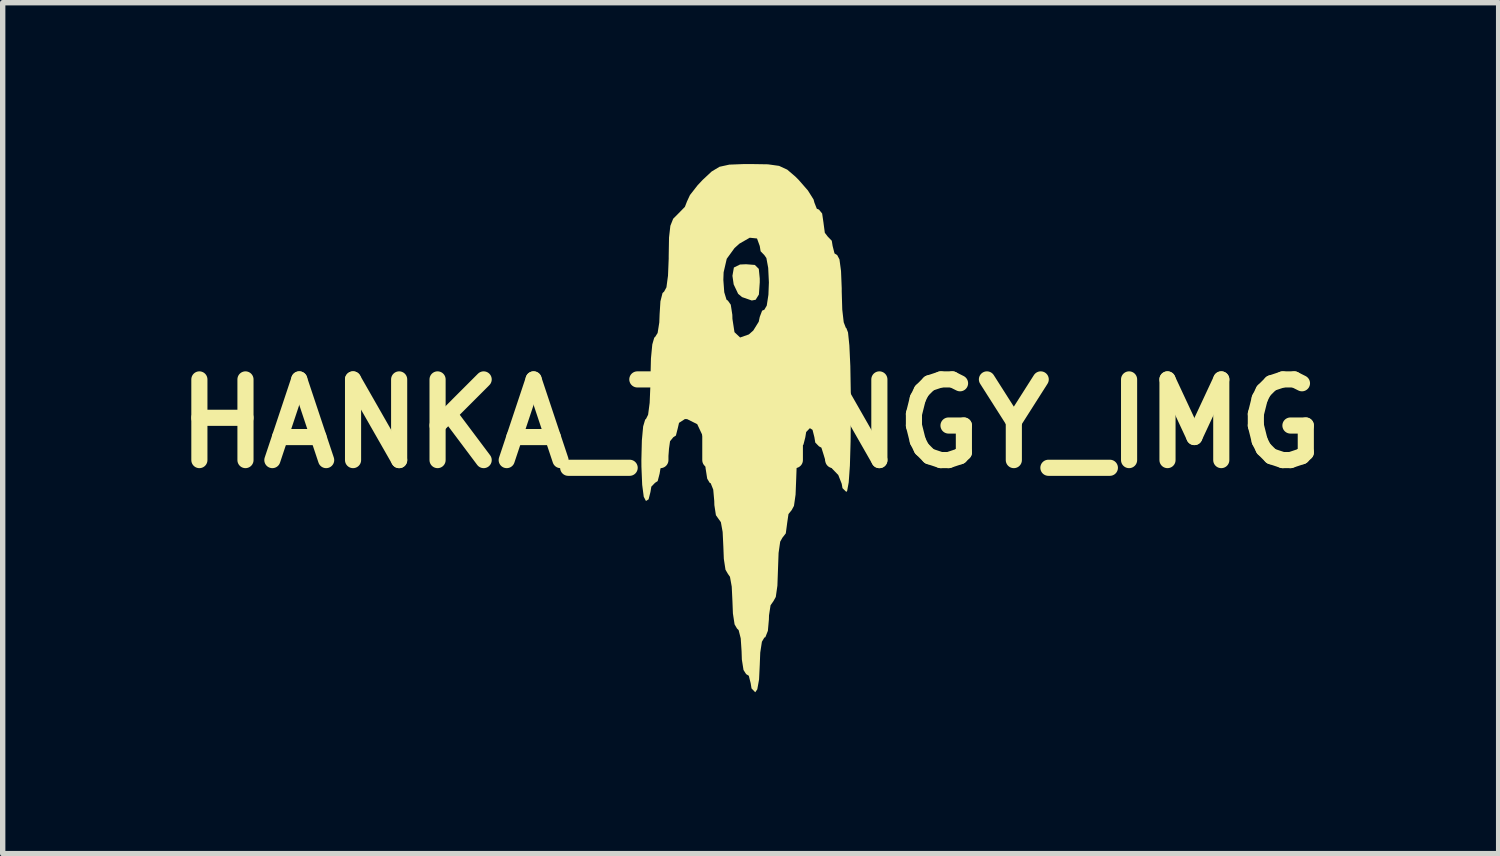
<source format=kicad_pcb>
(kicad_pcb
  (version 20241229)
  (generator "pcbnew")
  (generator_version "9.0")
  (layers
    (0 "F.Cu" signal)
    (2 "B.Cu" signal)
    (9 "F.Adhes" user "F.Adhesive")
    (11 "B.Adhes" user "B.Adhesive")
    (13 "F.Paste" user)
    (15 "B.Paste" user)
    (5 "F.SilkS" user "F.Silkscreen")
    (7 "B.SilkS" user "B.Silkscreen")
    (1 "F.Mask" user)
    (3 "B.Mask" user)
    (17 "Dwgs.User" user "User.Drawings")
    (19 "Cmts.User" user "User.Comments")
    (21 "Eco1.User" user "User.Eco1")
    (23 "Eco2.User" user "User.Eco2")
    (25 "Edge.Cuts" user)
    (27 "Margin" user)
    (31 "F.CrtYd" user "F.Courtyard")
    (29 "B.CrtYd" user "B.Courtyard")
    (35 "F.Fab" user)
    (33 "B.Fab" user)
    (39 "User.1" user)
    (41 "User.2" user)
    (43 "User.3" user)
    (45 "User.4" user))
  (footprint "HANKA_THINGY_IMG"
    (layer "F.Cu")
    (at 10.907 4.826)
    (property "Reference" "HANKA_THINGY_IMG" (at 0 0 0) (layer "F.SilkS") (effects (font (size 1.5 1.5) (thickness 0.3))))
    (attr board_only exclude_from_pos_files exclude_from_bom)
    (fp_poly (pts (xy 0.078 -2.95) (xy 0.151 -2.877) (xy 0.169 -2.697) (xy 0.169 -2.625) (xy 0.153 -2.4) (xy 0.093 -2.303) (xy 0.021 -2.289) (xy -0.16 -2.352) (xy -0.233 -2.413) (xy -0.316 -2.588) (xy -0.339 -2.748) (xy -0.312 -2.902) (xy -0.198 -2.958) (xy -0.085 -2.963)) (stroke (width 0) (type solid)) (fill yes) (layer "F.SilkS"))
    (fp_poly (pts (xy 0.32 -4.821) (xy 0.528 -4.792) (xy 0.68 -4.722) (xy 0.833 -4.591) (xy 0.892 -4.532) (xy 1.064 -4.335) (xy 1.17 -4.166) (xy 1.185 -4.109) (xy 1.23 -3.995) (xy 1.27 -3.979) (xy 1.329 -3.906) (xy 1.355 -3.728) (xy 1.355 -3.725) (xy 1.379 -3.547) (xy 1.438 -3.471) (xy 1.439 -3.471) (xy 1.508 -3.4) (xy 1.524 -3.302) (xy 1.559 -3.164) (xy 1.609 -3.133) (xy 1.651 -3.053) (xy 1.68 -2.837) (xy 1.693 -2.516) (xy 1.693 -2.455) (xy 1.703 -2.12) (xy 1.73 -1.884) (xy 1.77 -1.78) (xy 1.778 -1.778) (xy 1.81 -1.695) (xy 1.835 -1.455) (xy 1.853 -1.068) (xy 1.862 -0.545) (xy 1.863 -0.254) (xy 1.858 0.328) (xy 1.845 0.781) (xy 1.823 1.092) (xy 1.794 1.251) (xy 1.778 1.27) (xy 1.707 1.2) (xy 1.693 1.119) (xy 1.629 0.956) (xy 1.524 0.847) (xy 1.392 0.695) (xy 1.355 0.574) (xy 1.315 0.447) (xy 1.27 0.423) (xy 1.201 0.352) (xy 1.185 0.254) (xy 1.15 0.116) (xy 1.101 0.085) (xy 1.032 0.156) (xy 1.016 0.254) (xy 0.981 0.392) (xy 0.931 0.423) (xy 0.888 0.502) (xy 0.858 0.712) (xy 0.847 1.015) (xy 0.847 1.016) (xy 0.835 1.32) (xy 0.805 1.53) (xy 0.762 1.609) (xy 0.762 1.609) (xy 0.703 1.682) (xy 0.677 1.86) (xy 0.677 1.863) (xy 0.653 2.041) (xy 0.594 2.117) (xy 0.593 2.117) (xy 0.549 2.195) (xy 0.519 2.405) (xy 0.508 2.709) (xy 0.508 2.709) (xy 0.497 3.013) (xy 0.467 3.223) (xy 0.423 3.302) (xy 0.423 3.302) (xy 0.37 3.377) (xy 0.341 3.565) (xy 0.339 3.641) (xy 0.32 3.853) (xy 0.273 3.971) (xy 0.254 3.979) (xy 0.209 4.056) (xy 0.178 4.258) (xy 0.169 4.487) (xy 0.156 4.758) (xy 0.123 4.941) (xy 0.085 4.995) (xy 0.016 4.924) (xy 0 4.826) (xy -0.035 4.688) (xy -0.085 4.657) (xy -0.133 4.581) (xy -0.164 4.386) (xy -0.169 4.233) (xy -0.185 3.992) (xy -0.224 3.839) (xy -0.254 3.81) (xy -0.299 3.733) (xy -0.33 3.531) (xy -0.339 3.302) (xy -0.352 3.031) (xy -0.385 2.848) (xy -0.423 2.794) (xy -0.468 2.717) (xy -0.499 2.515) (xy -0.508 2.286) (xy -0.521 2.015) (xy -0.554 1.832) (xy -0.593 1.778) (xy -0.646 1.703) (xy -0.675 1.515) (xy -0.677 1.439) (xy -0.696 1.227) (xy -0.743 1.109) (xy -0.762 1.101) (xy -0.808 1.024) (xy -0.839 0.826) (xy -0.847 0.629) (xy -0.883 0.246) (xy -0.994 0.01) (xy -1.181 -0.083) (xy -1.222 -0.085) (xy -1.332 -0.014) (xy -1.355 0.085) (xy -1.39 0.222) (xy -1.439 0.254) (xy -1.499 0.328) (xy -1.524 0.505) (xy -1.524 0.508) (xy -1.549 0.686) (xy -1.608 0.762) (xy -1.609 0.762) (xy -1.677 0.833) (xy -1.693 0.931) (xy -1.729 1.069) (xy -1.778 1.101) (xy -1.847 1.172) (xy -1.863 1.27) (xy -1.898 1.408) (xy -1.947 1.439) (xy -1.988 1.359) (xy -2.017 1.138) (xy -2.031 0.803) (xy -2.032 0.677) (xy -2.023 0.312) (xy -1.999 0.052) (xy -1.961 -0.076) (xy -1.947 -0.085) (xy -1.907 -0.165) (xy -1.878 -0.386) (xy -1.864 -0.721) (xy -1.863 -0.847) (xy -1.854 -1.212) (xy -1.829 -1.472) (xy -1.792 -1.6) (xy -1.778 -1.609) (xy -1.73 -1.685) (xy -1.699 -1.88) (xy -1.693 -2.032) (xy -1.678 -2.273) (xy -1.639 -2.427) (xy -1.609 -2.455) (xy -1.566 -2.534) (xy -1.548 -2.671) (xy -0.508 -2.671) (xy -0.491 -2.442) (xy -0.449 -2.304) (xy -0.423 -2.286) (xy -0.37 -2.211) (xy -0.341 -2.023) (xy -0.339 -1.947) (xy -0.301 -1.7) (xy -0.196 -1.601) (xy -0.034 -1.658) (xy 0.048 -1.73) (xy 0.15 -1.894) (xy 0.169 -1.984) (xy 0.213 -2.1) (xy 0.254 -2.117) (xy 0.299 -2.194) (xy 0.33 -2.395) (xy 0.339 -2.625) (xy 0.326 -2.895) (xy 0.292 -3.079) (xy 0.254 -3.133) (xy 0.185 -3.204) (xy 0.169 -3.302) (xy 0.118 -3.442) (xy -0.017 -3.456) (xy -0.209 -3.346) (xy -0.3 -3.264) (xy -0.445 -3.064) (xy -0.503 -2.812) (xy -0.508 -2.671) (xy -1.548 -2.671) (xy -1.537 -2.749) (xy -1.524 -3.067) (xy -1.524 -3.114) (xy -1.518 -3.46) (xy -1.493 -3.678) (xy -1.441 -3.809) (xy -1.355 -3.895) (xy -1.223 -4.03) (xy -1.185 -4.128) (xy -1.129 -4.249) (xy -0.987 -4.431) (xy -0.892 -4.532) (xy -0.726 -4.687) (xy -0.58 -4.775) (xy -0.397 -4.815) (xy -0.119 -4.826) (xy 0 -4.826)) (stroke (width 0) (type solid)) (fill yes) (layer "F.SilkS")))
  (gr_rect
    (start -3 -3)
    (end 24.814 12.821)
    (stroke (width 0.1) (type default))
    (fill no)
    (layer "Edge.Cuts")))
</source>
